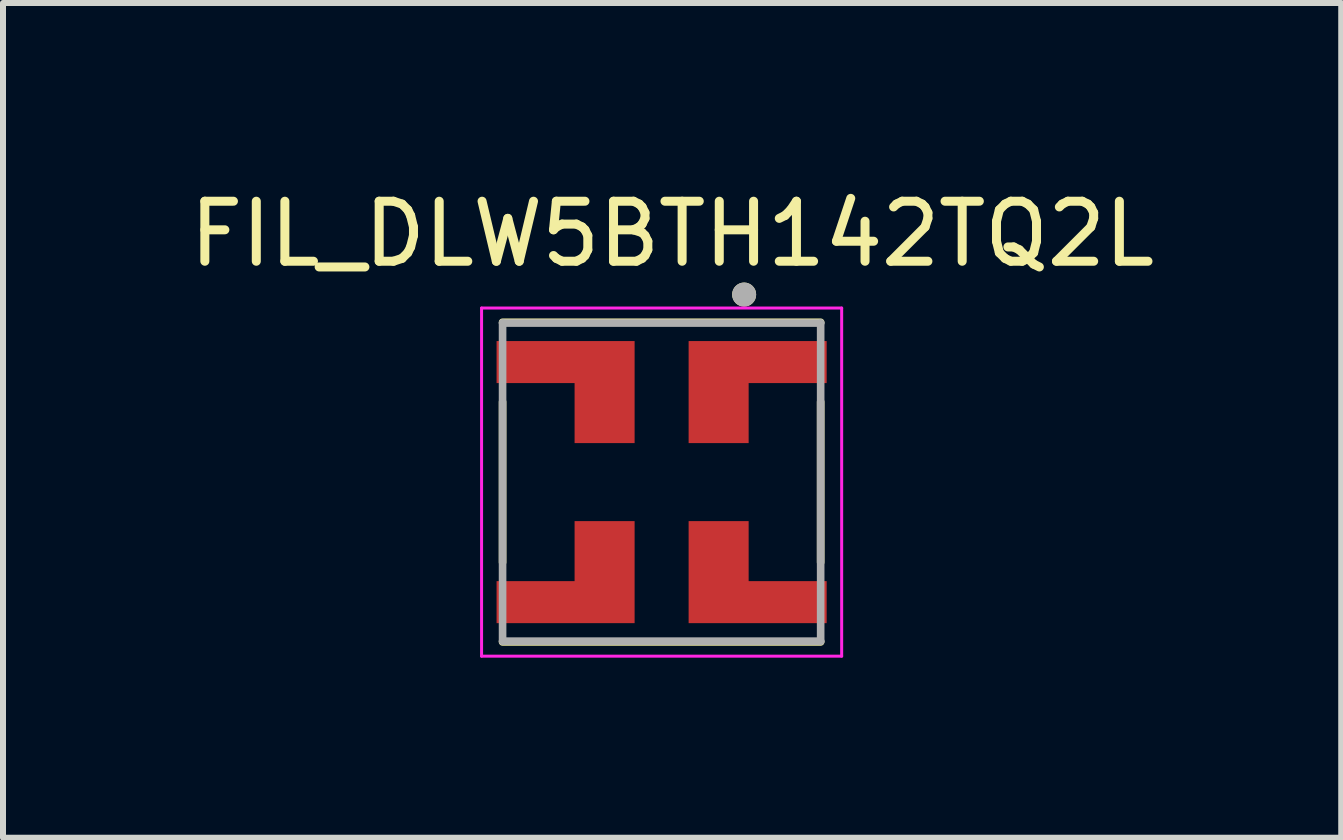
<source format=kicad_pcb>
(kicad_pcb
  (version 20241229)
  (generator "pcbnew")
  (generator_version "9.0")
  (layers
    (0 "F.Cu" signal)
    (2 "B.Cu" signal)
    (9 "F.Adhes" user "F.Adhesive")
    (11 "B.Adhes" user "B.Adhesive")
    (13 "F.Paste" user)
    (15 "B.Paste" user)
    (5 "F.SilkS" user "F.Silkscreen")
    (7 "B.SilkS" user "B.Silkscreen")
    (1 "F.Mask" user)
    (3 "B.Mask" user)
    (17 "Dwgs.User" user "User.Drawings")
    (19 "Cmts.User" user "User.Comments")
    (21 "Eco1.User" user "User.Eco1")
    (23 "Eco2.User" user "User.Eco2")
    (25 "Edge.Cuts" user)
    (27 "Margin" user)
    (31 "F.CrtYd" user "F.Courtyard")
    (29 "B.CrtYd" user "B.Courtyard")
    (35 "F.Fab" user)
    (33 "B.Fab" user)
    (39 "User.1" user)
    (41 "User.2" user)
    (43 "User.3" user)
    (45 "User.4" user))
  (footprint "FIL_DLW5BTH142TQ2L"
    (layer "F.Cu")
    (at 7.974 4.983)
    (property "Reference" "FIL_DLW5BTH142TQ2L" (at 0.175 -4.135 0) (layer "F.SilkS") (effects (font (size 1 1) (thickness 0.15))))
    (attr smd)
    (fp_poly (pts (xy -0.35 -2.45) (xy -2.85 -2.45) (xy -2.85 -1.55) (xy -1.55 -1.55) (xy -1.55 -0.55) (xy -0.35 -0.55)) (stroke (width 0.0001) (type solid)) (fill yes) (layer "F.Mask"))
    (fp_poly (pts (xy -0.35 2.45) (xy -2.85 2.45) (xy -2.85 1.55) (xy -1.55 1.55) (xy -1.55 0.55) (xy -0.35 0.55)) (stroke (width 0.0001) (type solid)) (fill yes) (layer "F.Mask"))
    (fp_poly (pts (xy 0.35 -2.45) (xy 2.85 -2.45) (xy 2.85 -1.55) (xy 1.55 -1.55) (xy 1.55 -0.55) (xy 0.35 -0.55)) (stroke (width 0.0001) (type solid)) (fill yes) (layer "F.Mask"))
    (fp_poly (pts (xy 0.35 2.45) (xy 2.85 2.45) (xy 2.85 1.55) (xy 1.55 1.55) (xy 1.55 0.55) (xy 0.35 0.55)) (stroke (width 0.0001) (type solid)) (fill yes) (layer "F.Mask"))
    (fp_line (start -2.65 -1.337) (end -2.65 1.337) (stroke (width 0.127) (type solid)) (layer "F.SilkS"))
    (fp_line (start -2.65 2.663) (end 2.65 2.663) (stroke (width 0.127) (type solid)) (layer "F.SilkS"))
    (fp_line (start 2.65 -2.663) (end -2.65 -2.663) (stroke (width 0.127) (type solid)) (layer "F.SilkS"))
    (fp_line (start 2.65 1.337) (end 2.65 -1.337) (stroke (width 0.127) (type solid)) (layer "F.SilkS"))
    (fp_circle (center 1.375 -3.125) (end 1.475 -3.125) (stroke (width 0.2) (type solid)) (fill no) (layer "F.SilkS"))
    (fp_poly (pts (xy -0.45 -2.35) (xy -2.75 -2.35) (xy -2.75 -1.65) (xy -1.45 -1.65) (xy -1.45 -0.65) (xy -0.45 -0.65)) (stroke (width 0.0001) (type solid)) (fill yes) (layer "F.Paste"))
    (fp_poly (pts (xy -0.45 2.35) (xy -2.75 2.35) (xy -2.75 1.65) (xy -1.45 1.65) (xy -1.45 0.65) (xy -0.45 0.65)) (stroke (width 0.0001) (type solid)) (fill yes) (layer "F.Paste"))
    (fp_poly (pts (xy 0.45 -2.35) (xy 2.75 -2.35) (xy 2.75 -1.65) (xy 1.45 -1.65) (xy 1.45 -0.65) (xy 0.45 -0.65)) (stroke (width 0.0001) (type solid)) (fill yes) (layer "F.Paste"))
    (fp_poly (pts (xy 0.45 2.35) (xy 2.75 2.35) (xy 2.75 1.65) (xy 1.45 1.65) (xy 1.45 0.65) (xy 0.45 0.65)) (stroke (width 0.0001) (type solid)) (fill yes) (layer "F.Paste"))
    (fp_line (start -3 -2.9) (end 3 -2.9) (stroke (width 0.05) (type solid)) (layer "F.CrtYd"))
    (fp_line (start -3 2.9) (end -3 -2.9) (stroke (width 0.05) (type solid)) (layer "F.CrtYd"))
    (fp_line (start 3 -2.9) (end 3 2.9) (stroke (width 0.05) (type solid)) (layer "F.CrtYd"))
    (fp_line (start 3 2.9) (end -3 2.9) (stroke (width 0.05) (type solid)) (layer "F.CrtYd"))
    (fp_line (start -2.65 -2.65) (end -2.65 2.65) (stroke (width 0.127) (type solid)) (layer "F.Fab"))
    (fp_line (start -2.65 2.65) (end 2.65 2.65) (stroke (width 0.127) (type solid)) (layer "F.Fab"))
    (fp_line (start 2.65 -2.65) (end -2.65 -2.65) (stroke (width 0.127) (type solid)) (layer "F.Fab"))
    (fp_line (start 2.65 2.65) (end 2.65 -2.65) (stroke (width 0.127) (type solid)) (layer "F.Fab"))
    (fp_circle (center 1.375 -3.125) (end 1.475 -3.125) (stroke (width 0.2) (type solid)) (fill no) (layer "F.Fab"))
    (pad "1" smd custom (at 0.875 -1.075) (size 0.75 0.75) (layers "F.Cu" "F.Mask" "F.Paste") (options (anchor rect)) (primitives (gr_poly (pts (xy -0.425 -1.275) (xy 1.875 -1.275) (xy 1.875 -0.575) (xy 0.575 -0.575) (xy 0.575 0.425) (xy -0.425 0.425)) (width 0.0001) (fill yes))))
    (pad "2" smd custom (at -0.875 -1.075) (size 0.75 0.75) (layers "F.Cu" "F.Mask" "F.Paste") (options (anchor rect)) (primitives (gr_poly (pts (xy 0.425 -1.275) (xy -1.875 -1.275) (xy -1.875 -0.575) (xy -0.575 -0.575) (xy -0.575 0.425) (xy 0.425 0.425)) (width 0.0001) (fill yes))))
    (pad "3" smd custom (at -0.875 1.075) (size 0.75 0.75) (layers "F.Cu" "F.Mask" "F.Paste") (options (anchor rect)) (primitives (gr_poly (pts (xy 0.425 1.275) (xy -1.875 1.275) (xy -1.875 0.575) (xy -0.575 0.575) (xy -0.575 -0.425) (xy 0.425 -0.425)) (width 0.0001) (fill yes))))
    (pad "4" smd custom (at 0.875 1.075) (size 0.75 0.75) (layers "F.Cu" "F.Mask" "F.Paste") (options (anchor rect)) (primitives (gr_poly (pts (xy -0.425 1.275) (xy 1.875 1.275) (xy 1.875 0.575) (xy 0.575 0.575) (xy 0.575 -0.425) (xy -0.425 -0.425)) (width 0.0001) (fill yes)))))
  (gr_rect
    (start -3 -3)
    (end 19.298 10.908)
    (stroke (width 0.1) (type default))
    (fill no)
    (layer "Edge.Cuts")))
</source>
